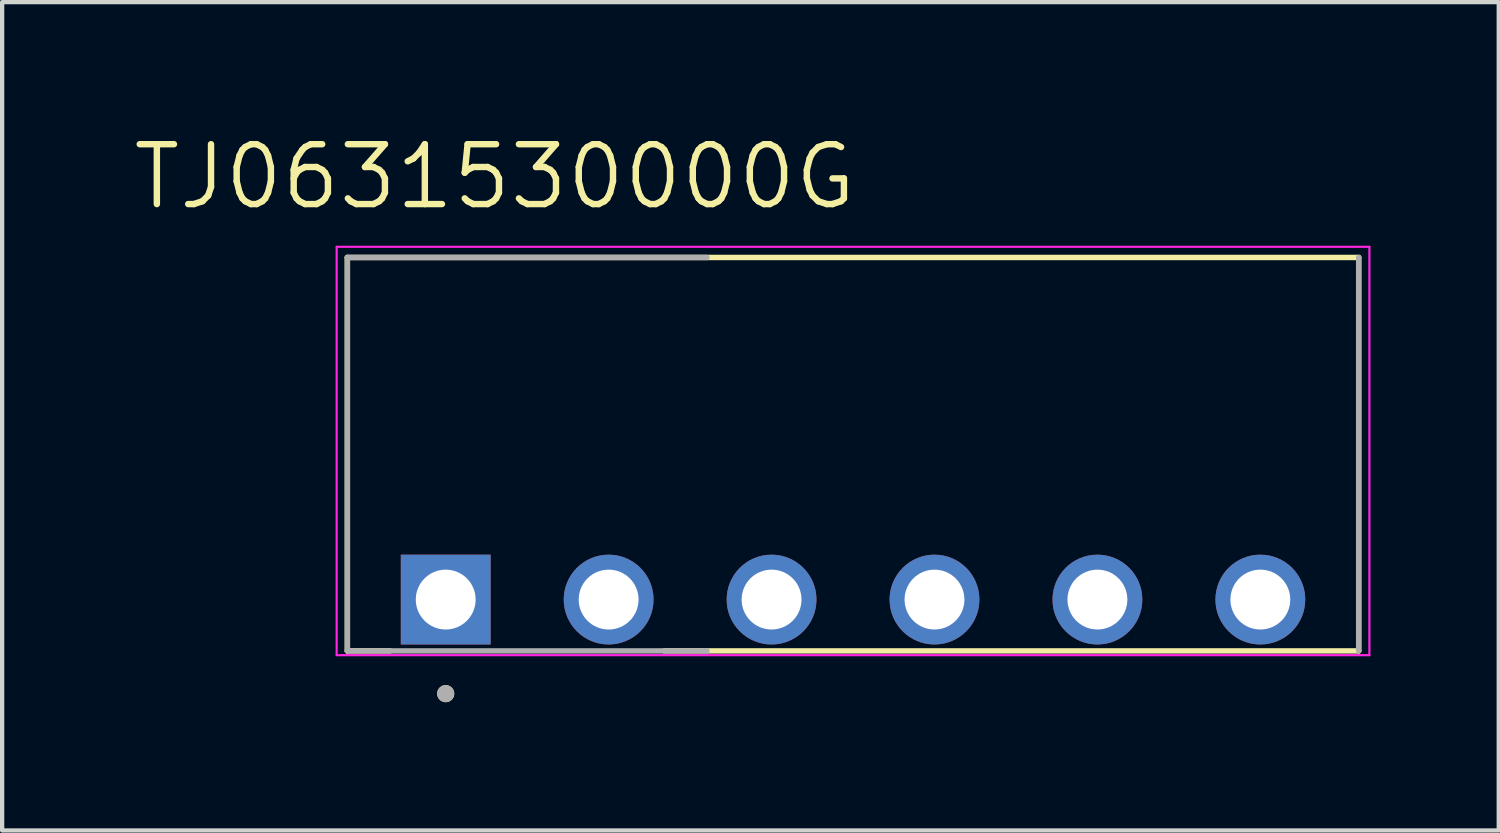
<source format=kicad_pcb>
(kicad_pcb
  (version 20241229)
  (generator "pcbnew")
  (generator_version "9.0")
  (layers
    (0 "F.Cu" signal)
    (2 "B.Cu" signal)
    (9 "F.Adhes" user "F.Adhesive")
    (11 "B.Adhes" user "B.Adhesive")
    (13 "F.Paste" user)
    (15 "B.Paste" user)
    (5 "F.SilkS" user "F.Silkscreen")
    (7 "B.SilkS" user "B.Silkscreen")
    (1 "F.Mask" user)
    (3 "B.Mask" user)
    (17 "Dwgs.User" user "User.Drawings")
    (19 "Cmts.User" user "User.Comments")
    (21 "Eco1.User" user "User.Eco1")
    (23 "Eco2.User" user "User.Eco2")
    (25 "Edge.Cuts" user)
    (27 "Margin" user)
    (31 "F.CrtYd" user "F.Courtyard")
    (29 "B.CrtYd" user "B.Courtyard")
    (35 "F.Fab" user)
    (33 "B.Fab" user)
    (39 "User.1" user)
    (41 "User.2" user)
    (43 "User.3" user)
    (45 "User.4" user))
  (footprint "TJ0631530000G"
    (layer "F.Cu")
    (at 7.373 10.971)
    (property "Reference" "TJ0631530000G" (at 1.145 -9.889 0) (layer "F.SilkS") (effects (font (size 1.4 1.4) (thickness 0.15))))
    (attr through_hole)
    (fp_line (start -2.3 -8) (end 21.35 -8) (stroke (width 0.127) (type solid)) (layer "F.SilkS"))
    (fp_line (start -2.3 1.2) (end -2.3 -8) (stroke (width 0.127) (type solid)) (layer "F.SilkS"))
    (fp_line (start -2.3 1.2) (end -1.3 1.2) (stroke (width 0.127) (type solid)) (layer "F.SilkS"))
    (fp_line (start 21.35 -8) (end 21.35 1.2) (stroke (width 0.127) (type solid)) (layer "F.SilkS"))
    (fp_line (start 21.35 1.2) (end 5.11 1.2) (stroke (width 0.127) (type solid)) (layer "F.SilkS"))
    (fp_circle (center 0 2.2) (end 0.1 2.2) (stroke (width 0.2) (type solid)) (fill no) (layer "F.SilkS"))
    (fp_line (start -2.55 -8.25) (end 21.6 -8.25) (stroke (width 0.05) (type solid)) (layer "F.CrtYd"))
    (fp_line (start -2.55 1.3) (end -2.55 -8.25) (stroke (width 0.05) (type solid)) (layer "F.CrtYd"))
    (fp_line (start 21.6 -8.25) (end 21.6 1.3) (stroke (width 0.05) (type solid)) (layer "F.CrtYd"))
    (fp_line (start 21.6 1.3) (end -2.55 1.3) (stroke (width 0.05) (type solid)) (layer "F.CrtYd"))
    (fp_line (start -2.3 -8) (end 6.11 -8) (stroke (width 0.127) (type solid)) (layer "F.Fab"))
    (fp_line (start -2.3 1.2) (end -2.3 -8) (stroke (width 0.127) (type solid)) (layer "F.Fab"))
    (fp_line (start 6.11 1.2) (end -2.3 1.2) (stroke (width 0.127) (type solid)) (layer "F.Fab"))
    (fp_line (start 21.35 -8) (end 21.35 1.2) (stroke (width 0.127) (type solid)) (layer "F.Fab"))
    (fp_circle (center 0 2.2) (end 0.1 2.2) (stroke (width 0.2) (type solid)) (fill no) (layer "F.Fab"))
    (pad "1" thru_hole rect (at 0 0) (size 2.1 2.1) (drill 1.4) (layers "*.Cu" "*.Mask"))
    (pad "2" thru_hole circle (at 3.81 0) (size 2.1 2.1) (drill 1.4) (layers "*.Cu" "*.Mask"))
    (pad "3" thru_hole circle (at 7.62 0) (size 2.1 2.1) (drill 1.4) (layers "*.Cu" "*.Mask"))
    (pad "4" thru_hole circle (at 11.43 0) (size 2.1 2.1) (drill 1.4) (layers "*.Cu" "*.Mask"))
    (pad "5" thru_hole circle (at 15.24 0) (size 2.1 2.1) (drill 1.4) (layers "*.Cu" "*.Mask"))
    (pad "6" thru_hole circle (at 19.05 0) (size 2.1 2.1) (drill 1.4) (layers "*.Cu" "*.Mask")))
  (gr_rect
    (start -3 -3)
    (end 31.998 16.371)
    (stroke (width 0.1) (type default))
    (fill no)
    (layer "Edge.Cuts")))
</source>
